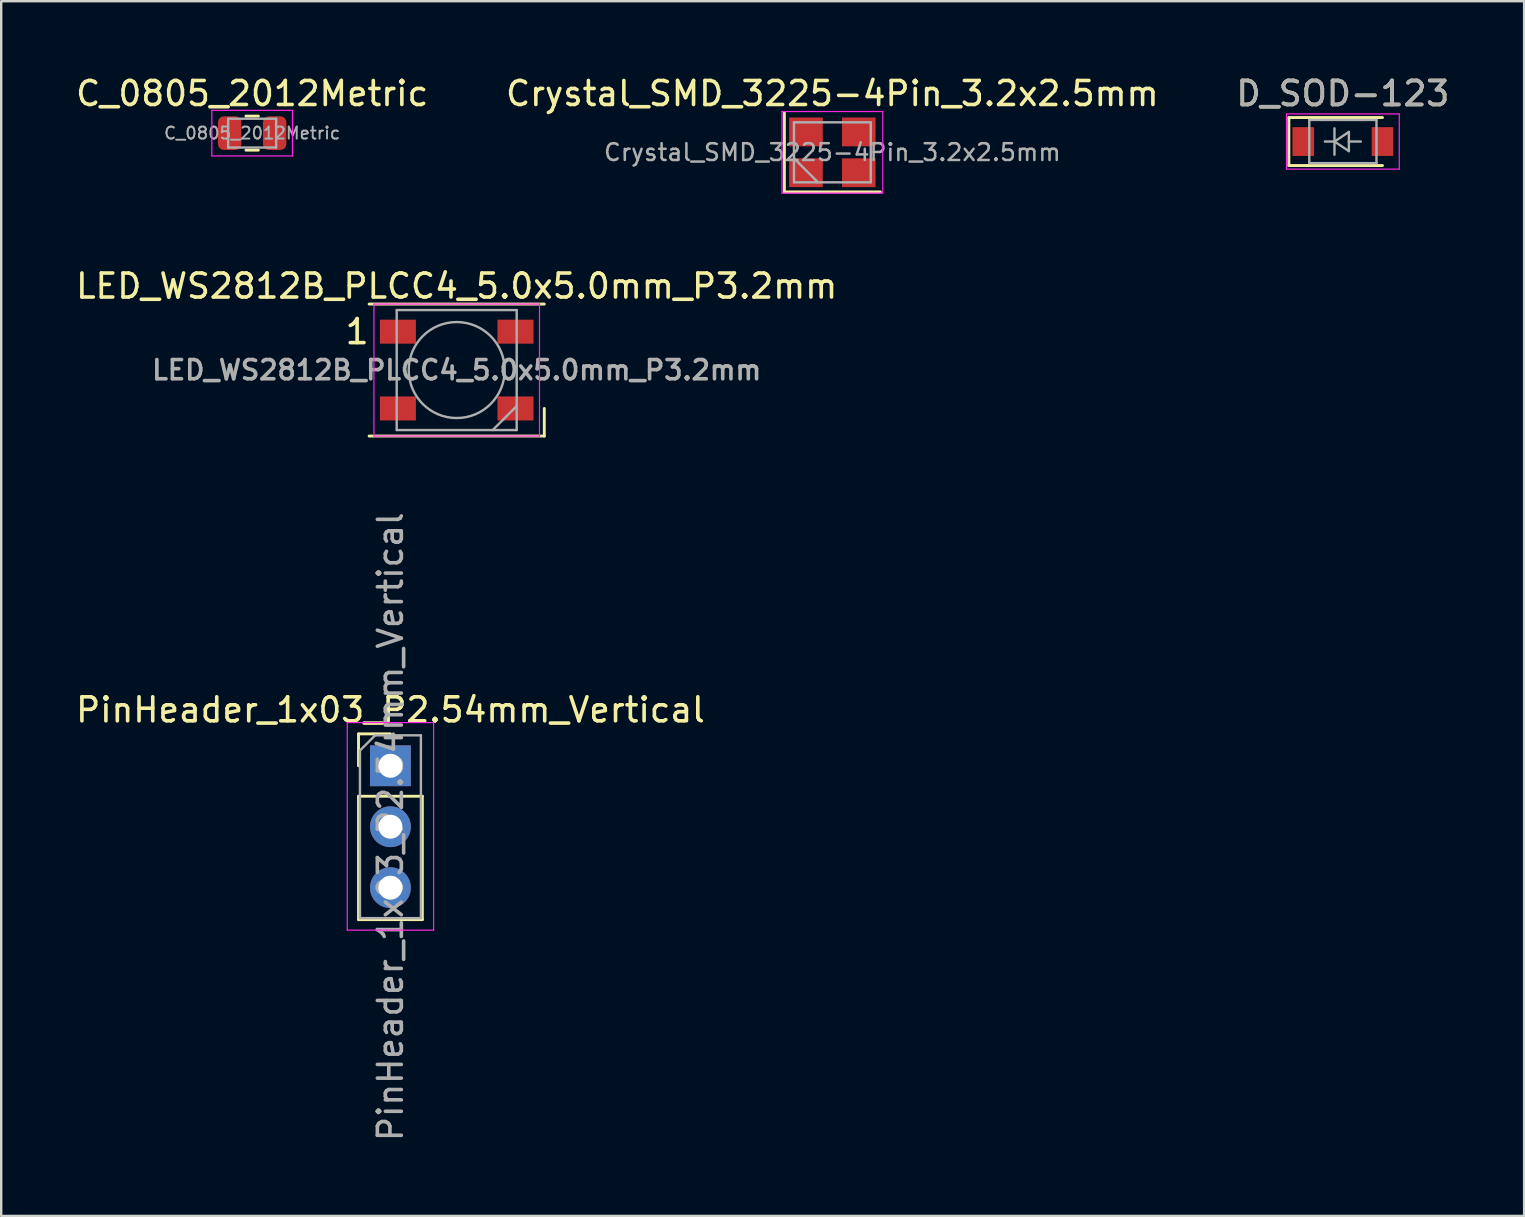
<source format=kicad_pcb>
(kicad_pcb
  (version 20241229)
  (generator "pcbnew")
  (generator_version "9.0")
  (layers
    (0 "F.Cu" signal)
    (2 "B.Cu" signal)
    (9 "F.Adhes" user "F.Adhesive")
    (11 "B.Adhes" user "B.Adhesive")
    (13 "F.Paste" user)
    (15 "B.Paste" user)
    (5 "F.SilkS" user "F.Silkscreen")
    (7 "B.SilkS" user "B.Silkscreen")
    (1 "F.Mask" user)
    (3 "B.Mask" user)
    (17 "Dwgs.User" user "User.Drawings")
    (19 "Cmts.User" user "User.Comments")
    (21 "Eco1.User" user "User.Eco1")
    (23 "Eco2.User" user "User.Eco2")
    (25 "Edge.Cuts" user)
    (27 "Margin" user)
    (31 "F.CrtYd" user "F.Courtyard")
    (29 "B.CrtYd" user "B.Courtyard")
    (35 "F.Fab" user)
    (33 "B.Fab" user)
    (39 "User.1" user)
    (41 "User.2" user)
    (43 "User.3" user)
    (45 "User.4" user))
  (footprint "PinHeader_1x03_P2.54mm_Vertical"
    (layer "F.Cu")
    (at 13.22 28.862)
    (property "Reference" "PinHeader_1x03_P2.54mm_Vertical" (at 0 -2.33 0) (layer "F.SilkS") (effects (font (size 1 1) (thickness 0.15))))
    (attr through_hole)
    (fp_line (start -1.33 -1.33) (end 0 -1.33) (stroke (width 0.12) (type solid)) (layer "F.SilkS"))
    (fp_line (start -1.33 0) (end -1.33 -1.33) (stroke (width 0.12) (type solid)) (layer "F.SilkS"))
    (fp_line (start -1.33 1.27) (end -1.33 6.41) (stroke (width 0.12) (type solid)) (layer "F.SilkS"))
    (fp_line (start -1.33 1.27) (end 1.33 1.27) (stroke (width 0.12) (type solid)) (layer "F.SilkS"))
    (fp_line (start -1.33 6.41) (end 1.33 6.41) (stroke (width 0.12) (type solid)) (layer "F.SilkS"))
    (fp_line (start 1.33 1.27) (end 1.33 6.41) (stroke (width 0.12) (type solid)) (layer "F.SilkS"))
    (fp_line (start -1.8 -1.8) (end -1.8 6.85) (stroke (width 0.05) (type solid)) (layer "F.CrtYd"))
    (fp_line (start -1.8 6.85) (end 1.8 6.85) (stroke (width 0.05) (type solid)) (layer "F.CrtYd"))
    (fp_line (start 1.8 -1.8) (end -1.8 -1.8) (stroke (width 0.05) (type solid)) (layer "F.CrtYd"))
    (fp_line (start 1.8 6.85) (end 1.8 -1.8) (stroke (width 0.05) (type solid)) (layer "F.CrtYd"))
    (fp_line (start -1.27 -0.635) (end -0.635 -1.27) (stroke (width 0.1) (type solid)) (layer "F.Fab"))
    (fp_line (start -1.27 6.35) (end -1.27 -0.635) (stroke (width 0.1) (type solid)) (layer "F.Fab"))
    (fp_line (start -0.635 -1.27) (end 1.27 -1.27) (stroke (width 0.1) (type solid)) (layer "F.Fab"))
    (fp_line (start 1.27 -1.27) (end 1.27 6.35) (stroke (width 0.1) (type solid)) (layer "F.Fab"))
    (fp_line (start 1.27 6.35) (end -1.27 6.35) (stroke (width 0.1) (type solid)) (layer "F.Fab"))
    (fp_text user "${REFERENCE}" (at 0 2.54 270) (layer "F.Fab") (effects (font (size 1 1) (thickness 0.15))))
    (pad "1" thru_hole rect (at 0 0) (size 1.7 1.7) (drill 1) (layers "*.Cu" "*.Mask"))
    (pad "2" thru_hole oval (at 0 2.54) (size 1.7 1.7) (drill 1) (layers "*.Cu" "*.Mask"))
    (pad "3" thru_hole oval (at 0 5.08) (size 1.7 1.7) (drill 1) (layers "*.Cu" "*.Mask")))
  (footprint "Crystal_SMD_3225-4Pin_3.2x2.5mm"
    (layer "F.Cu")
    (at 31.637 3.298)
    (property "Reference" "Crystal_SMD_3225-4Pin_3.2x2.5mm" (at 0 -2.45 0) (layer "F.SilkS") (effects (font (size 1 1) (thickness 0.15))))
    (attr smd)
    (fp_line (start -2 -1.65) (end -2 1.65) (stroke (width 0.12) (type solid)) (layer "F.SilkS"))
    (fp_line (start -2 1.65) (end 2 1.65) (stroke (width 0.12) (type solid)) (layer "F.SilkS"))
    (fp_line (start -2.1 -1.7) (end -2.1 1.7) (stroke (width 0.05) (type solid)) (layer "F.CrtYd"))
    (fp_line (start -2.1 1.7) (end 2.1 1.7) (stroke (width 0.05) (type solid)) (layer "F.CrtYd"))
    (fp_line (start 2.1 -1.7) (end -2.1 -1.7) (stroke (width 0.05) (type solid)) (layer "F.CrtYd"))
    (fp_line (start 2.1 1.7) (end 2.1 -1.7) (stroke (width 0.05) (type solid)) (layer "F.CrtYd"))
    (fp_line (start -1.6 -1.25) (end -1.6 1.25) (stroke (width 0.1) (type solid)) (layer "F.Fab"))
    (fp_line (start -1.6 0.25) (end -0.6 1.25) (stroke (width 0.1) (type solid)) (layer "F.Fab"))
    (fp_line (start -1.6 1.25) (end 1.6 1.25) (stroke (width 0.1) (type solid)) (layer "F.Fab"))
    (fp_line (start 1.6 -1.25) (end -1.6 -1.25) (stroke (width 0.1) (type solid)) (layer "F.Fab"))
    (fp_line (start 1.6 1.25) (end 1.6 -1.25) (stroke (width 0.1) (type solid)) (layer "F.Fab"))
    (fp_text user "${REFERENCE}" (at 0 0 0) (layer "F.Fab") (effects (font (size 0.7 0.7) (thickness 0.105))))
    (pad "1" smd rect (at -1.1 0.85) (size 1.4 1.2) (layers "F.Cu" "F.Mask" "F.Paste"))
    (pad "2" smd rect (at 1.1 0.85) (size 1.4 1.2) (layers "F.Cu" "F.Mask" "F.Paste"))
    (pad "3" smd rect (at 1.1 -0.85) (size 1.4 1.2) (layers "F.Cu" "F.Mask" "F.Paste"))
    (pad "4" smd rect (at -1.1 -0.85) (size 1.4 1.2) (layers "F.Cu" "F.Mask" "F.Paste")))
  (footprint "C_0805_2012Metric"
    (layer "F.Cu")
    (at 7.458 2.498)
    (property "Reference" "C_0805_2012Metric" (at 0 -1.65 180) (layer "F.SilkS") (effects (font (size 1 1) (thickness 0.15))))
    (attr smd)
    (fp_line (start -0.259 -0.71) (end 0.259 -0.71) (stroke (width 0.12) (type solid)) (layer "F.SilkS"))
    (fp_line (start -0.259 0.71) (end 0.259 0.71) (stroke (width 0.12) (type solid)) (layer "F.SilkS"))
    (fp_line (start -1.68 -0.95) (end 1.68 -0.95) (stroke (width 0.05) (type solid)) (layer "F.CrtYd"))
    (fp_line (start -1.68 0.95) (end -1.68 -0.95) (stroke (width 0.05) (type solid)) (layer "F.CrtYd"))
    (fp_line (start 1.68 -0.95) (end 1.68 0.95) (stroke (width 0.05) (type solid)) (layer "F.CrtYd"))
    (fp_line (start 1.68 0.95) (end -1.68 0.95) (stroke (width 0.05) (type solid)) (layer "F.CrtYd"))
    (fp_line (start -1 -0.6) (end 1 -0.6) (stroke (width 0.1) (type solid)) (layer "F.Fab"))
    (fp_line (start -1 0.6) (end -1 -0.6) (stroke (width 0.1) (type solid)) (layer "F.Fab"))
    (fp_line (start 1 -0.6) (end 1 0.6) (stroke (width 0.1) (type solid)) (layer "F.Fab"))
    (fp_line (start 1 0.6) (end -1 0.6) (stroke (width 0.1) (type solid)) (layer "F.Fab"))
    (fp_text user "${REFERENCE}" (at 0 0 180) (layer "F.Fab") (effects (font (size 0.5 0.5) (thickness 0.08))))
    (pad "1" smd roundrect (at -0.938 0) (size 0.975 1.4) (layers "F.Cu" "F.Mask" "F.Paste") (roundrect_rratio 0.25))
    (pad "2" smd roundrect (at 0.938 0) (size 0.975 1.4) (layers "F.Cu" "F.Mask" "F.Paste") (roundrect_rratio 0.25)))
  (footprint "LED_WS2812B_PLCC4_5.0x5.0mm_P3.2mm"
    (layer "F.Cu")
    (at 15.982 12.371)
    (property "Reference" "LED_WS2812B_PLCC4_5.0x5.0mm_P3.2mm" (at 0 -3.5 0) (layer "F.SilkS") (effects (font (size 1 1) (thickness 0.15))))
    (attr smd)
    (fp_line (start -3.65 -2.75) (end 3.65 -2.75) (stroke (width 0.12) (type solid)) (layer "F.SilkS"))
    (fp_line (start -3.65 2.75) (end 3.65 2.75) (stroke (width 0.12) (type solid)) (layer "F.SilkS"))
    (fp_line (start 3.65 2.75) (end 3.65 1.6) (stroke (width 0.12) (type solid)) (layer "F.SilkS"))
    (fp_line (start -3.45 -2.75) (end -3.45 2.75) (stroke (width 0.05) (type solid)) (layer "F.CrtYd"))
    (fp_line (start -3.45 2.75) (end 3.45 2.75) (stroke (width 0.05) (type solid)) (layer "F.CrtYd"))
    (fp_line (start 3.45 -2.75) (end -3.45 -2.75) (stroke (width 0.05) (type solid)) (layer "F.CrtYd"))
    (fp_line (start 3.45 2.75) (end 3.45 -2.75) (stroke (width 0.05) (type solid)) (layer "F.CrtYd"))
    (fp_line (start -2.5 -2.5) (end -2.5 2.5) (stroke (width 0.1) (type solid)) (layer "F.Fab"))
    (fp_line (start -2.5 2.5) (end 2.5 2.5) (stroke (width 0.1) (type solid)) (layer "F.Fab"))
    (fp_line (start 2.5 -2.5) (end -2.5 -2.5) (stroke (width 0.1) (type solid)) (layer "F.Fab"))
    (fp_line (start 2.5 1.5) (end 1.5 2.5) (stroke (width 0.1) (type solid)) (layer "F.Fab"))
    (fp_line (start 2.5 2.5) (end 2.5 -2.5) (stroke (width 0.1) (type solid)) (layer "F.Fab"))
    (fp_circle (center 0 0) (end 0 -2) (stroke (width 0.1) (type solid)) (fill no) (layer "F.Fab"))
    (fp_text user "1" (at -4.15 -1.6 0) (layer "F.SilkS") (effects (font (size 1 1) (thickness 0.15))))
    (fp_text user "${REFERENCE}" (at 0 0 0) (layer "F.Fab") (effects (font (size 0.8 0.8) (thickness 0.15))))
    (pad "1" smd rect (at -2.45 -1.6) (size 1.5 1) (layers "F.Cu" "F.Mask" "F.Paste"))
    (pad "2" smd rect (at -2.45 1.6) (size 1.5 1) (layers "F.Cu" "F.Mask" "F.Paste"))
    (pad "3" smd rect (at 2.45 1.6) (size 1.5 1) (layers "F.Cu" "F.Mask" "F.Paste"))
    (pad "4" smd rect (at 2.45 -1.6) (size 1.5 1) (layers "F.Cu" "F.Mask" "F.Paste")))
  (footprint "D_SOD-123"
    (layer "F.Cu")
    (at 52.911 2.848)
    (property "Reference" "D_SOD-123" (at 0 -2 0) (layer "F.SilkS") (effects (font (size 1 1) (thickness 0.15))))
    (attr smd)
    (fp_line (start -2.25 -1) (end -2.25 1) (stroke (width 0.12) (type solid)) (layer "F.SilkS"))
    (fp_line (start -2.25 -1) (end 1.65 -1) (stroke (width 0.12) (type solid)) (layer "F.SilkS"))
    (fp_line (start -2.25 1) (end 1.65 1) (stroke (width 0.12) (type solid)) (layer "F.SilkS"))
    (fp_line (start -2.35 -1.15) (end -2.35 1.15) (stroke (width 0.05) (type solid)) (layer "F.CrtYd"))
    (fp_line (start -2.35 -1.15) (end 2.35 -1.15) (stroke (width 0.05) (type solid)) (layer "F.CrtYd"))
    (fp_line (start 2.35 -1.15) (end 2.35 1.15) (stroke (width 0.05) (type solid)) (layer "F.CrtYd"))
    (fp_line (start 2.35 1.15) (end -2.35 1.15) (stroke (width 0.05) (type solid)) (layer "F.CrtYd"))
    (fp_line (start -1.4 -0.9) (end 1.4 -0.9) (stroke (width 0.1) (type solid)) (layer "F.Fab"))
    (fp_line (start -1.4 0.9) (end -1.4 -0.9) (stroke (width 0.1) (type solid)) (layer "F.Fab"))
    (fp_line (start -0.75 0) (end -0.35 0) (stroke (width 0.1) (type solid)) (layer "F.Fab"))
    (fp_line (start -0.35 0) (end -0.35 -0.55) (stroke (width 0.1) (type solid)) (layer "F.Fab"))
    (fp_line (start -0.35 0) (end -0.35 0.55) (stroke (width 0.1) (type solid)) (layer "F.Fab"))
    (fp_line (start -0.35 0) (end 0.25 -0.4) (stroke (width 0.1) (type solid)) (layer "F.Fab"))
    (fp_line (start 0.25 -0.4) (end 0.25 0.4) (stroke (width 0.1) (type solid)) (layer "F.Fab"))
    (fp_line (start 0.25 0) (end 0.75 0) (stroke (width 0.1) (type solid)) (layer "F.Fab"))
    (fp_line (start 0.25 0.4) (end -0.35 0) (stroke (width 0.1) (type solid)) (layer "F.Fab"))
    (fp_line (start 1.4 -0.9) (end 1.4 0.9) (stroke (width 0.1) (type solid)) (layer "F.Fab"))
    (fp_line (start 1.4 0.9) (end -1.4 0.9) (stroke (width 0.1) (type solid)) (layer "F.Fab"))
    (fp_text user "${REFERENCE}" (at 0 -2 0) (layer "F.Fab") (effects (font (size 1 1) (thickness 0.15))))
    (pad "1" smd rect (at -1.65 0) (size 0.9 1.2) (layers "F.Cu" "F.Mask" "F.Paste"))
    (pad "2" smd rect (at 1.65 0) (size 0.9 1.2) (layers "F.Cu" "F.Mask" "F.Paste")))
  (gr_rect
    (start -3 -3)
    (end 60.464 47.622)
    (stroke (width 0.1) (type default))
    (fill no)
    (layer "Edge.Cuts")))
</source>
